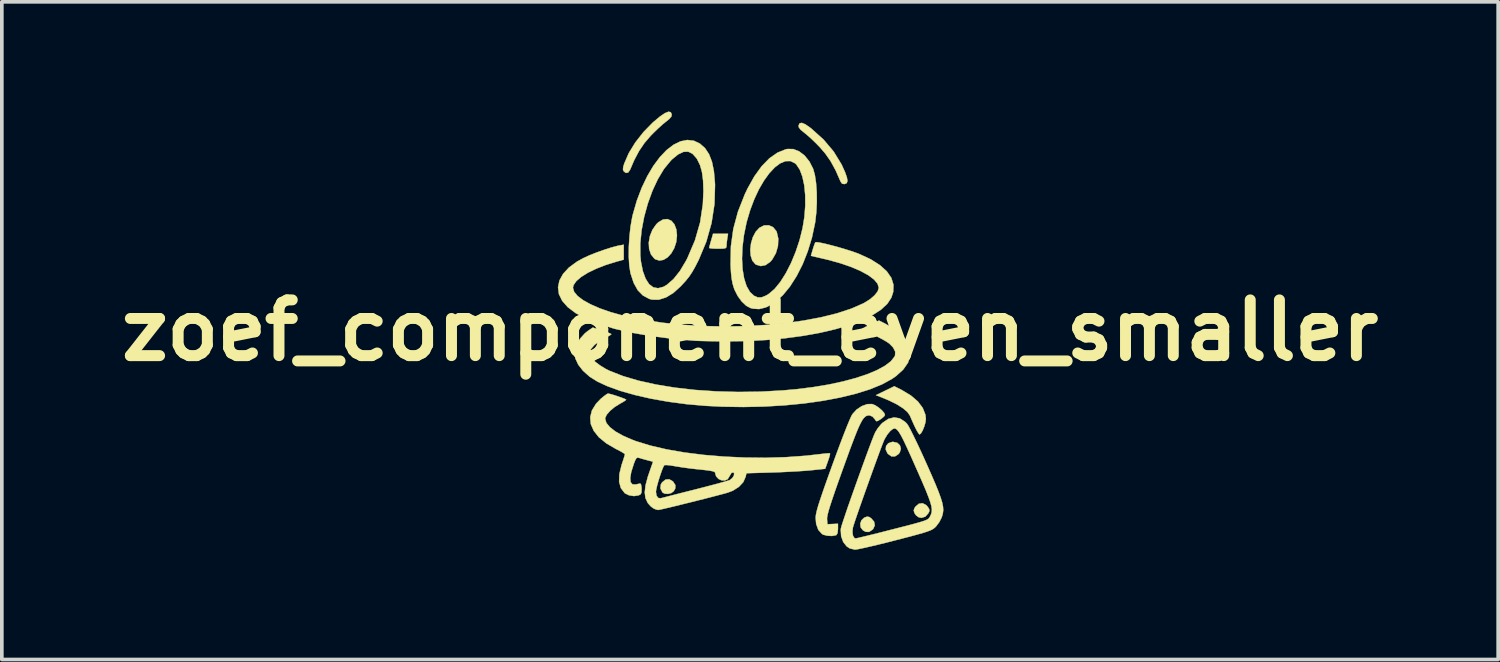
<source format=kicad_pcb>
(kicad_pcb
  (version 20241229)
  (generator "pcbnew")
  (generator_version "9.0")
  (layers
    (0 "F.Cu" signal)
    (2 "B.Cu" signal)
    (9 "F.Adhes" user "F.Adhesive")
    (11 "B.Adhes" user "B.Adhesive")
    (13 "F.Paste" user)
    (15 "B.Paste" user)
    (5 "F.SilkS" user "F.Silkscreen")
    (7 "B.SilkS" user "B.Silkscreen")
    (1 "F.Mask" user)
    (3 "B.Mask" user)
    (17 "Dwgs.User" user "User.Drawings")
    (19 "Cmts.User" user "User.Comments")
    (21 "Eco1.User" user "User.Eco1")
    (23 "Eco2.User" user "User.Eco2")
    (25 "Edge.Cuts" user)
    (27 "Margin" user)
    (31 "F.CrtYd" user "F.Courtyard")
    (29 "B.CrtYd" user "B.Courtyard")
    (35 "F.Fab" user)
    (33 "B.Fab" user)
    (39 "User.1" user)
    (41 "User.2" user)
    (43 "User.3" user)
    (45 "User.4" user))
  (footprint "zoef_component_even_smaller"
    (layer "F.Cu")
    (at 17.461 5.986)
    (property "Reference" "zoef_component_even_smaller" (at 0 0 0) (layer "F.SilkS") (effects (font (size 1.524 1.524) (thickness 0.3))))
    (attr through_hole)
    (fp_poly (pts (xy -2.113 4.126) (xy -2.101 4.138) (xy -2.041 4.231) (xy -2.045 4.323) (xy -2.085 4.395) (xy -2.154 4.448) (xy -2.25 4.471) (xy -2.342 4.462) (xy -2.396 4.428) (xy -2.451 4.319) (xy -2.438 4.211) (xy -2.403 4.154) (xy -2.311 4.08) (xy -2.21 4.071) (xy -2.113 4.126)) (stroke (width 0.01) (type solid)) (fill yes) (layer "F.SilkS"))
    (fp_poly (pts (xy 4.027 3.074) (xy 4.1 3.143) (xy 4.125 3.236) (xy 4.095 3.337) (xy 4.063 3.38) (xy 3.966 3.444) (xy 3.865 3.443) (xy 3.772 3.377) (xy 3.761 3.364) (xy 3.711 3.258) (xy 3.721 3.16) (xy 3.782 3.085) (xy 3.888 3.049) (xy 3.914 3.048) (xy 4.027 3.074)) (stroke (width 0.01) (type solid)) (fill yes) (layer "F.SilkS"))
    (fp_poly (pts (xy 3.262 5.104) (xy 3.314 5.139) (xy 3.393 5.23) (xy 3.412 5.331) (xy 3.369 5.427) (xy 3.348 5.449) (xy 3.256 5.51) (xy 3.165 5.508) (xy 3.088 5.466) (xy 3.027 5.388) (xy 3.014 5.288) (xy 3.047 5.192) (xy 3.123 5.121) (xy 3.128 5.119) (xy 3.203 5.092) (xy 3.262 5.104)) (stroke (width 0.01) (type solid)) (fill yes) (layer "F.SilkS"))
    (fp_poly (pts (xy 4.816 4.776) (xy 4.856 4.819) (xy 4.901 4.889) (xy 4.905 4.942) (xy 4.876 5.002) (xy 4.793 5.093) (xy 4.689 5.125) (xy 4.614 5.11) (xy 4.542 5.059) (xy 4.498 4.995) (xy 4.477 4.924) (xy 4.497 4.861) (xy 4.527 4.817) (xy 4.618 4.74) (xy 4.719 4.726) (xy 4.816 4.776)) (stroke (width 0.01) (type solid)) (fill yes) (layer "F.SilkS"))
    (fp_poly (pts (xy -0.622 -2.515) (xy -0.636 -2.408) (xy -0.643 -2.319) (xy -0.643 -2.311) (xy -0.648 -2.272) (xy -0.672 -2.249) (xy -0.73 -2.238) (xy -0.836 -2.235) (xy -0.881 -2.235) (xy -0.997 -2.238) (xy -1.082 -2.245) (xy -1.117 -2.255) (xy -1.118 -2.255) (xy -1.109 -2.297) (xy -1.086 -2.382) (xy -1.064 -2.459) (xy -1.011 -2.642) (xy -0.601 -2.642) (xy -0.622 -2.515)) (stroke (width 0.01) (type solid)) (fill yes) (layer "F.SilkS"))
    (fp_poly (pts (xy -2.153 -3) (xy -2.069 -2.904) (xy -2.015 -2.762) (xy -1.998 -2.598) (xy -2.018 -2.415) (xy -2.073 -2.249) (xy -2.154 -2.107) (xy -2.254 -1.998) (xy -2.366 -1.93) (xy -2.481 -1.91) (xy -2.592 -1.947) (xy -2.614 -1.962) (xy -2.708 -2.077) (xy -2.759 -2.227) (xy -2.769 -2.4) (xy -2.738 -2.58) (xy -2.669 -2.752) (xy -2.564 -2.902) (xy -2.505 -2.959) (xy -2.378 -3.033) (xy -2.259 -3.045) (xy -2.153 -3)) (stroke (width 0.01) (type solid)) (fill yes) (layer "F.SilkS"))
    (fp_poly (pts (xy 0.631 -2.823) (xy 0.719 -2.717) (xy 0.731 -2.691) (xy 0.773 -2.509) (xy 0.764 -2.309) (xy 0.707 -2.112) (xy 0.607 -1.938) (xy 0.553 -1.876) (xy 0.427 -1.787) (xy 0.296 -1.76) (xy 0.17 -1.797) (xy 0.146 -1.812) (xy 0.064 -1.907) (xy 0.019 -2.044) (xy 0.007 -2.207) (xy 0.027 -2.38) (xy 0.077 -2.549) (xy 0.156 -2.698) (xy 0.258 -2.808) (xy 0.385 -2.872) (xy 0.515 -2.875) (xy 0.631 -2.823)) (stroke (width 0.01) (type solid)) (fill yes) (layer "F.SilkS"))
    (fp_poly (pts (xy -2.167 -5.967) (xy -2.14 -5.905) (xy -2.152 -5.847) (xy -2.211 -5.78) (xy -2.295 -5.712) (xy -2.391 -5.634) (xy -2.513 -5.524) (xy -2.642 -5.399) (xy -2.717 -5.323) (xy -2.887 -5.125) (xy -3.033 -4.91) (xy -3.166 -4.659) (xy -3.28 -4.394) (xy -3.332 -4.319) (xy -3.395 -4.307) (xy -3.453 -4.351) (xy -3.474 -4.397) (xy -3.468 -4.466) (xy -3.44 -4.562) (xy -3.316 -4.848) (xy -3.137 -5.14) (xy -2.914 -5.424) (xy -2.658 -5.686) (xy -2.464 -5.849) (xy -2.327 -5.942) (xy -2.229 -5.981) (xy -2.167 -5.967)) (stroke (width 0.01) (type solid)) (fill yes) (layer "F.SilkS"))
    (fp_poly (pts (xy 4.154 1.632) (xy 4.399 1.78) (xy 4.591 1.944) (xy 4.724 2.122) (xy 4.797 2.307) (xy 4.809 2.421) (xy 4.797 2.515) (xy 4.766 2.624) (xy 4.724 2.728) (xy 4.679 2.809) (xy 4.64 2.844) (xy 4.636 2.845) (xy 4.608 2.816) (xy 4.562 2.742) (xy 4.509 2.637) (xy 4.507 2.633) (xy 4.451 2.51) (xy 4.402 2.399) (xy 4.373 2.33) (xy 4.307 2.234) (xy 4.186 2.13) (xy 4.018 2.023) (xy 3.815 1.922) (xy 3.729 1.885) (xy 3.444 1.771) (xy 3.695 1.649) (xy 3.945 1.527) (xy 4.154 1.632)) (stroke (width 0.01) (type solid)) (fill yes) (layer "F.SilkS"))
    (fp_poly (pts (xy 1.513 -5.636) (xy 1.647 -5.543) (xy 1.672 -5.524) (xy 2.012 -5.218) (xy 2.288 -4.891) (xy 2.503 -4.539) (xy 2.596 -4.334) (xy 2.649 -4.186) (xy 2.665 -4.087) (xy 2.645 -4.029) (xy 2.587 -4.003) (xy 2.582 -4.002) (xy 2.517 -4.013) (xy 2.472 -4.078) (xy 2.469 -4.087) (xy 2.34 -4.38) (xy 2.207 -4.624) (xy 2.059 -4.836) (xy 1.91 -5.009) (xy 1.785 -5.137) (xy 1.656 -5.26) (xy 1.541 -5.361) (xy 1.486 -5.405) (xy 1.384 -5.488) (xy 1.335 -5.553) (xy 1.327 -5.6) (xy 1.356 -5.664) (xy 1.417 -5.676) (xy 1.513 -5.636)) (stroke (width 0.01) (type solid)) (fill yes) (layer "F.SilkS"))
    (fp_poly (pts (xy 3.423 2.047) (xy 3.519 2.11) (xy 3.608 2.187) (xy 3.671 2.261) (xy 3.69 2.313) (xy 3.663 2.355) (xy 3.597 2.411) (xy 3.572 2.428) (xy 3.497 2.474) (xy 3.457 2.483) (xy 3.432 2.458) (xy 3.42 2.437) (xy 3.348 2.355) (xy 3.259 2.32) (xy 3.186 2.336) (xy 3.146 2.362) (xy 3.106 2.402) (xy 3.065 2.462) (xy 3.019 2.546) (xy 2.965 2.661) (xy 2.902 2.813) (xy 2.826 3.008) (xy 2.735 3.25) (xy 2.627 3.547) (xy 2.537 3.796) (xy 2.418 4.128) (xy 2.322 4.402) (xy 2.246 4.625) (xy 2.188 4.802) (xy 2.147 4.938) (xy 2.121 5.04) (xy 2.108 5.113) (xy 2.106 5.161) (xy 2.117 5.3) (xy 2.261 5.294) (xy 2.405 5.287) (xy 2.405 5.434) (xy 2.394 5.543) (xy 2.361 5.596) (xy 2.351 5.601) (xy 2.243 5.621) (xy 2.116 5.615) (xy 2.006 5.587) (xy 1.972 5.569) (xy 1.868 5.456) (xy 1.809 5.293) (xy 1.795 5.133) (xy 1.798 5.075) (xy 1.81 5.003) (xy 1.832 4.91) (xy 1.866 4.79) (xy 1.915 4.638) (xy 1.98 4.445) (xy 2.063 4.206) (xy 2.167 3.915) (xy 2.249 3.688) (xy 2.361 3.382) (xy 2.466 3.1) (xy 2.562 2.848) (xy 2.646 2.635) (xy 2.716 2.466) (xy 2.769 2.347) (xy 2.8 2.29) (xy 2.915 2.164) (xy 3.057 2.07) (xy 3.206 2.016) (xy 3.337 2.013) (xy 3.423 2.047)) (stroke (width 0.01) (type solid)) (fill yes) (layer "F.SilkS"))
    (fp_poly (pts (xy -1.535 -5.187) (xy -1.37 -5.108) (xy -1.23 -4.984) (xy -1.121 -4.82) (xy -1.041 -4.613) (xy -0.988 -4.354) (xy -0.96 -4.038) (xy -0.957 -3.979) (xy -0.972 -3.458) (xy -1.052 -2.938) (xy -1.195 -2.428) (xy -1.4 -1.937) (xy -1.41 -1.917) (xy -1.504 -1.733) (xy -1.585 -1.592) (xy -1.664 -1.473) (xy -1.756 -1.359) (xy -1.875 -1.229) (xy -1.895 -1.207) (xy -2.096 -1.025) (xy -2.297 -0.903) (xy -2.492 -0.841) (xy -2.678 -0.842) (xy -2.755 -0.862) (xy -2.929 -0.955) (xy -3.07 -1.099) (xy -3.181 -1.298) (xy -3.266 -1.556) (xy -3.272 -1.583) (xy -3.302 -1.775) (xy -3.316 -2.015) (xy -3.314 -2.284) (xy -3.308 -2.381) (xy -3.001 -2.381) (xy -3 -2.045) (xy -2.984 -1.886) (xy -2.931 -1.621) (xy -2.855 -1.414) (xy -2.76 -1.266) (xy -2.645 -1.178) (xy -2.513 -1.154) (xy -2.366 -1.193) (xy -2.277 -1.245) (xy -2.094 -1.403) (xy -1.917 -1.625) (xy -1.75 -1.905) (xy -1.711 -1.981) (xy -1.505 -2.465) (xy -1.365 -2.953) (xy -1.29 -3.45) (xy -1.274 -3.81) (xy -1.283 -4.095) (xy -1.313 -4.327) (xy -1.366 -4.518) (xy -1.445 -4.679) (xy -1.465 -4.71) (xy -1.573 -4.831) (xy -1.691 -4.889) (xy -1.821 -4.883) (xy -1.967 -4.813) (xy -2.131 -4.679) (xy -2.17 -4.639) (xy -2.353 -4.416) (xy -2.52 -4.138) (xy -2.669 -3.819) (xy -2.795 -3.471) (xy -2.895 -3.107) (xy -2.965 -2.739) (xy -3.001 -2.381) (xy -3.308 -2.381) (xy -3.297 -2.566) (xy -3.267 -2.841) (xy -3.223 -3.092) (xy -3.204 -3.173) (xy -3.094 -3.553) (xy -2.961 -3.903) (xy -2.81 -4.219) (xy -2.644 -4.499) (xy -2.467 -4.737) (xy -2.283 -4.931) (xy -2.093 -5.077) (xy -1.903 -5.17) (xy -1.716 -5.208) (xy -1.535 -5.187)) (stroke (width 0.01) (type solid)) (fill yes) (layer "F.SilkS"))
    (fp_poly (pts (xy 1.184 -4.959) (xy 1.344 -4.896) (xy 1.494 -4.781) (xy 1.624 -4.619) (xy 1.726 -4.42) (xy 1.728 -4.414) (xy 1.774 -4.247) (xy 1.806 -4.029) (xy 1.824 -3.778) (xy 1.827 -3.509) (xy 1.814 -3.238) (xy 1.785 -2.982) (xy 1.779 -2.941) (xy 1.695 -2.544) (xy 1.58 -2.165) (xy 1.44 -1.811) (xy 1.276 -1.488) (xy 1.095 -1.204) (xy 0.899 -0.965) (xy 0.693 -0.778) (xy 0.48 -0.65) (xy 0.417 -0.625) (xy 0.247 -0.584) (xy 0.084 -0.595) (xy 0.013 -0.612) (xy -0.106 -0.676) (xy -0.227 -0.791) (xy -0.337 -0.942) (xy -0.424 -1.114) (xy -0.438 -1.153) (xy -0.476 -1.278) (xy -0.502 -1.416) (xy -0.52 -1.584) (xy -0.532 -1.801) (xy -0.532 -1.812) (xy -0.529 -1.961) (xy -0.219 -1.961) (xy -0.204 -1.676) (xy -0.162 -1.424) (xy -0.095 -1.213) (xy -0.002 -1.051) (xy 0.108 -0.948) (xy 0.211 -0.903) (xy 0.314 -0.903) (xy 0.433 -0.951) (xy 0.516 -1.001) (xy 0.672 -1.134) (xy 0.828 -1.325) (xy 0.979 -1.564) (xy 1.121 -1.841) (xy 1.248 -2.148) (xy 1.356 -2.473) (xy 1.438 -2.801) (xy 1.488 -3.11) (xy 1.511 -3.414) (xy 1.509 -3.704) (xy 1.483 -3.971) (xy 1.432 -4.205) (xy 1.36 -4.397) (xy 1.267 -4.537) (xy 1.227 -4.573) (xy 1.104 -4.632) (xy 0.969 -4.629) (xy 0.826 -4.57) (xy 0.679 -4.46) (xy 0.53 -4.302) (xy 0.385 -4.102) (xy 0.246 -3.865) (xy 0.119 -3.595) (xy 0.006 -3.297) (xy -0.089 -2.976) (xy -0.098 -2.94) (xy -0.167 -2.601) (xy -0.207 -2.272) (xy -0.219 -1.961) (xy -0.529 -1.961) (xy -0.523 -2.3) (xy -0.457 -2.775) (xy -0.33 -3.247) (xy -0.142 -3.724) (xy -0.066 -3.883) (xy 0.119 -4.214) (xy 0.318 -4.489) (xy 0.529 -4.706) (xy 0.748 -4.86) (xy 0.973 -4.951) (xy 1.023 -4.962) (xy 1.184 -4.959)) (stroke (width 0.01) (type solid)) (fill yes) (layer "F.SilkS"))
    (fp_poly (pts (xy 3.719 -0.172) (xy 3.981 -0.016) (xy 4.178 0.152) (xy 4.311 0.33) (xy 4.379 0.514) (xy 4.382 0.701) (xy 4.318 0.887) (xy 4.189 1.071) (xy 3.994 1.248) (xy 3.883 1.325) (xy 3.61 1.475) (xy 3.277 1.611) (xy 2.89 1.732) (xy 2.457 1.837) (xy 1.983 1.926) (xy 1.476 1.997) (xy 0.942 2.049) (xy 0.386 2.082) (xy -0.183 2.094) (xy -0.76 2.085) (xy -1.219 2.062) (xy -1.731 2.017) (xy -2.229 1.951) (xy -2.705 1.867) (xy -3.149 1.766) (xy -3.553 1.651) (xy -3.906 1.523) (xy -4.168 1.402) (xy -4.386 1.265) (xy -4.564 1.107) (xy -4.697 0.937) (xy -4.778 0.763) (xy -4.803 0.593) (xy -4.796 0.534) (xy -4.742 0.38) (xy -4.643 0.221) (xy -4.517 0.081) (xy -4.442 0.02) (xy -4.3 -0.078) (xy -4.046 0.002) (xy -3.927 0.043) (xy -3.838 0.077) (xy -3.795 0.1) (xy -3.793 0.103) (xy -3.821 0.128) (xy -3.89 0.168) (xy -3.92 0.182) (xy -4.109 0.286) (xy -4.254 0.397) (xy -4.351 0.509) (xy -4.392 0.615) (xy -4.386 0.676) (xy -4.334 0.759) (xy -4.234 0.857) (xy -4.099 0.959) (xy -3.943 1.054) (xy -3.847 1.102) (xy -3.476 1.248) (xy -3.049 1.374) (xy -2.571 1.48) (xy -2.052 1.565) (xy -1.499 1.628) (xy -0.92 1.667) (xy -0.323 1.683) (xy 0.285 1.675) (xy 0.895 1.641) (xy 1.285 1.606) (xy 1.731 1.55) (xy 2.151 1.48) (xy 2.541 1.396) (xy 2.895 1.301) (xy 3.208 1.197) (xy 3.475 1.085) (xy 3.692 0.966) (xy 3.852 0.844) (xy 3.951 0.718) (xy 3.967 0.683) (xy 3.971 0.581) (xy 3.915 0.468) (xy 3.814 0.363) (xy 3.733 0.307) (xy 3.611 0.237) (xy 3.467 0.163) (xy 3.324 0.095) (xy 3.201 0.045) (xy 3.175 0.036) (xy 3.095 0.005) (xy 3.052 -0.022) (xy 3.049 -0.028) (xy 3.079 -0.052) (xy 3.155 -0.095) (xy 3.263 -0.148) (xy 3.289 -0.16) (xy 3.527 -0.27) (xy 3.719 -0.172)) (stroke (width 0.01) (type solid)) (fill yes) (layer "F.SilkS"))
    (fp_poly (pts (xy 1.926 -2.398) (xy 2.061 -2.369) (xy 2.223 -2.328) (xy 2.401 -2.28) (xy 2.582 -2.227) (xy 2.755 -2.173) (xy 2.906 -2.121) (xy 2.985 -2.091) (xy 3.3 -1.945) (xy 3.551 -1.786) (xy 3.74 -1.616) (xy 3.864 -1.437) (xy 3.923 -1.249) (xy 3.916 -1.053) (xy 3.865 -0.896) (xy 3.753 -0.726) (xy 3.578 -0.565) (xy 3.344 -0.414) (xy 3.057 -0.274) (xy 2.72 -0.147) (xy 2.337 -0.034) (xy 1.913 0.065) (xy 1.453 0.148) (xy 0.961 0.214) (xy 0.441 0.262) (xy -0.103 0.291) (xy -0.665 0.299) (xy -0.745 0.299) (xy -0.951 0.296) (xy -1.145 0.293) (xy -1.311 0.289) (xy -1.435 0.285) (xy -1.49 0.283) (xy -2.122 0.228) (xy -2.703 0.155) (xy -3.23 0.064) (xy -3.703 -0.045) (xy -4.118 -0.171) (xy -4.473 -0.314) (xy -4.766 -0.472) (xy -4.985 -0.637) (xy -5.138 -0.811) (xy -5.226 -0.993) (xy -5.25 -1.179) (xy -5.212 -1.365) (xy -5.112 -1.547) (xy -4.952 -1.72) (xy -4.734 -1.88) (xy -4.555 -1.979) (xy -4.393 -2.053) (xy -4.198 -2.13) (xy -3.993 -2.203) (xy -3.798 -2.266) (xy -3.635 -2.31) (xy -3.581 -2.321) (xy -3.454 -2.344) (xy -3.454 -1.935) (xy -3.649 -1.882) (xy -3.944 -1.79) (xy -4.208 -1.687) (xy -4.435 -1.577) (xy -4.617 -1.463) (xy -4.75 -1.349) (xy -4.826 -1.239) (xy -4.843 -1.165) (xy -4.81 -1.055) (xy -4.715 -0.941) (xy -4.563 -0.826) (xy -4.358 -0.713) (xy -4.107 -0.603) (xy -3.814 -0.501) (xy -3.485 -0.409) (xy -3.404 -0.389) (xy -2.908 -0.288) (xy -2.383 -0.209) (xy -1.837 -0.153) (xy -1.276 -0.12) (xy -0.709 -0.108) (xy -0.143 -0.117) (xy 0.412 -0.148) (xy 0.951 -0.198) (xy 1.463 -0.269) (xy 1.943 -0.359) (xy 2.381 -0.468) (xy 2.771 -0.596) (xy 3.103 -0.742) (xy 3.125 -0.754) (xy 3.282 -0.852) (xy 3.407 -0.96) (xy 3.491 -1.067) (xy 3.522 -1.163) (xy 3.522 -1.165) (xy 3.489 -1.276) (xy 3.394 -1.39) (xy 3.241 -1.506) (xy 3.036 -1.619) (xy 2.783 -1.729) (xy 2.488 -1.832) (xy 2.156 -1.925) (xy 2.06 -1.948) (xy 1.666 -2.04) (xy 1.716 -2.214) (xy 1.749 -2.316) (xy 1.777 -2.389) (xy 1.79 -2.41) (xy 1.832 -2.413) (xy 1.926 -2.398)) (stroke (width 0.01) (type solid)) (fill yes) (layer "F.SilkS"))
    (fp_poly (pts (xy 4.093 2.405) (xy 4.238 2.498) (xy 4.294 2.554) (xy 4.331 2.611) (xy 4.391 2.722) (xy 4.469 2.878) (xy 4.562 3.07) (xy 4.666 3.291) (xy 4.775 3.531) (xy 4.825 3.642) (xy 4.961 3.949) (xy 5.07 4.202) (xy 5.154 4.409) (xy 5.215 4.576) (xy 5.256 4.711) (xy 5.278 4.822) (xy 5.284 4.915) (xy 5.274 4.998) (xy 5.253 5.079) (xy 5.236 5.125) (xy 5.174 5.245) (xy 5.089 5.358) (xy 5.07 5.378) (xy 5.033 5.41) (xy 4.989 5.44) (xy 4.93 5.469) (xy 4.847 5.5) (xy 4.734 5.536) (xy 4.583 5.579) (xy 4.386 5.633) (xy 4.134 5.698) (xy 3.972 5.74) (xy 3.719 5.805) (xy 3.481 5.863) (xy 3.269 5.913) (xy 3.092 5.953) (xy 2.959 5.981) (xy 2.879 5.994) (xy 2.867 5.994) (xy 2.727 5.961) (xy 2.645 5.907) (xy 2.549 5.786) (xy 2.492 5.628) (xy 2.485 5.513) (xy 2.8 5.513) (xy 2.815 5.612) (xy 2.852 5.676) (xy 2.886 5.689) (xy 2.93 5.681) (xy 3.029 5.658) (xy 3.176 5.623) (xy 3.362 5.577) (xy 3.576 5.524) (xy 3.793 5.468) (xy 4.087 5.393) (xy 4.322 5.333) (xy 4.505 5.284) (xy 4.644 5.245) (xy 4.744 5.214) (xy 4.815 5.187) (xy 4.861 5.163) (xy 4.89 5.139) (xy 4.91 5.113) (xy 4.926 5.082) (xy 4.928 5.079) (xy 4.954 5.021) (xy 4.97 4.961) (xy 4.973 4.893) (xy 4.961 4.809) (xy 4.932 4.702) (xy 4.884 4.566) (xy 4.816 4.392) (xy 4.724 4.176) (xy 4.607 3.908) (xy 4.533 3.742) (xy 4.401 3.443) (xy 4.291 3.202) (xy 4.202 3.013) (xy 4.129 2.872) (xy 4.069 2.773) (xy 4.019 2.712) (xy 3.974 2.684) (xy 3.932 2.684) (xy 3.889 2.706) (xy 3.841 2.747) (xy 3.829 2.758) (xy 3.754 2.849) (xy 3.684 2.966) (xy 3.663 3.01) (xy 3.628 3.097) (xy 3.575 3.235) (xy 3.509 3.414) (xy 3.432 3.624) (xy 3.348 3.856) (xy 3.26 4.101) (xy 3.171 4.35) (xy 3.085 4.592) (xy 3.005 4.82) (xy 2.935 5.022) (xy 2.877 5.191) (xy 2.836 5.316) (xy 2.814 5.389) (xy 2.812 5.396) (xy 2.8 5.513) (xy 2.485 5.513) (xy 2.481 5.454) (xy 2.486 5.412) (xy 2.502 5.351) (xy 2.539 5.236) (xy 2.593 5.075) (xy 2.66 4.876) (xy 2.739 4.65) (xy 2.826 4.404) (xy 2.917 4.148) (xy 3.01 3.889) (xy 3.101 3.638) (xy 3.187 3.402) (xy 3.265 3.191) (xy 3.332 3.014) (xy 3.385 2.879) (xy 3.421 2.795) (xy 3.424 2.788) (xy 3.493 2.677) (xy 3.586 2.564) (xy 3.624 2.527) (xy 3.781 2.42) (xy 3.939 2.379) (xy 4.093 2.405)) (stroke (width 0.01) (type solid)) (fill yes) (layer "F.SilkS"))
    (fp_poly (pts (xy -3.831 1.737) (xy -3.741 1.762) (xy -3.633 1.797) (xy -3.526 1.834) (xy -3.439 1.867) (xy -3.391 1.89) (xy -3.387 1.895) (xy -3.414 1.92) (xy -3.484 1.964) (xy -3.546 1.998) (xy -3.7 2.093) (xy -3.827 2.199) (xy -3.918 2.303) (xy -3.961 2.396) (xy -3.962 2.415) (xy -3.929 2.529) (xy -3.833 2.646) (xy -3.678 2.766) (xy -3.468 2.883) (xy -3.207 2.996) (xy -3.116 3.03) (xy -2.724 3.15) (xy -2.277 3.254) (xy -1.785 3.339) (xy -1.258 3.405) (xy -0.707 3.451) (xy -0.142 3.477) (xy 0.426 3.483) (xy 0.987 3.466) (xy 1.531 3.427) (xy 1.909 3.384) (xy 2.035 3.369) (xy 2.132 3.361) (xy 2.185 3.361) (xy 2.188 3.362) (xy 2.185 3.399) (xy 2.163 3.48) (xy 2.129 3.58) (xy 2.056 3.784) (xy 1.663 3.825) (xy 1.499 3.839) (xy 1.288 3.853) (xy 1.047 3.866) (xy 0.797 3.878) (xy 0.586 3.885) (xy -0.098 3.905) (xy -0.121 4.005) (xy -0.185 4.15) (xy -0.306 4.279) (xy -0.47 4.383) (xy -0.605 4.434) (xy -0.709 4.464) (xy -0.858 4.503) (xy -1.04 4.551) (xy -1.246 4.604) (xy -1.466 4.659) (xy -1.688 4.715) (xy -1.904 4.768) (xy -2.102 4.817) (xy -2.272 4.857) (xy -2.405 4.888) (xy -2.489 4.906) (xy -2.514 4.91) (xy -2.575 4.895) (xy -2.641 4.867) (xy -2.715 4.811) (xy -2.79 4.727) (xy -2.801 4.71) (xy -2.86 4.583) (xy -2.879 4.429) (xy -2.877 4.413) (xy -2.574 4.413) (xy -2.556 4.521) (xy -2.508 4.583) (xy -2.44 4.59) (xy -2.394 4.578) (xy -2.292 4.552) (xy -2.142 4.513) (xy -1.955 4.465) (xy -1.738 4.41) (xy -1.507 4.352) (xy -1.27 4.291) (xy -1.051 4.234) (xy -0.86 4.183) (xy -0.708 4.14) (xy -0.602 4.109) (xy -0.554 4.093) (xy -0.486 4.04) (xy -0.443 3.974) (xy -0.433 3.913) (xy -0.459 3.882) (xy -0.508 3.897) (xy -0.557 3.98) (xy -0.557 3.98) (xy -0.61 4.067) (xy -0.684 4.102) (xy -0.779 4.099) (xy -0.86 4.062) (xy -0.925 3.993) (xy -0.948 3.924) (xy -0.952 3.894) (xy -0.97 3.871) (xy -1.012 3.853) (xy -1.089 3.838) (xy -1.209 3.821) (xy -1.383 3.802) (xy -1.462 3.794) (xy -1.646 3.773) (xy -1.837 3.747) (xy -2.005 3.721) (xy -2.072 3.709) (xy -2.195 3.689) (xy -2.291 3.681) (xy -2.342 3.684) (xy -2.345 3.686) (xy -2.373 3.737) (xy -2.413 3.836) (xy -2.458 3.965) (xy -2.502 4.105) (xy -2.54 4.239) (xy -2.565 4.349) (xy -2.574 4.413) (xy -2.877 4.413) (xy -2.858 4.239) (xy -2.796 4.006) (xy -2.765 3.915) (xy -2.652 3.59) (xy -2.791 3.554) (xy -2.903 3.524) (xy -3.004 3.494) (xy -3.019 3.49) (xy -3.069 3.478) (xy -3.104 3.49) (xy -3.135 3.54) (xy -3.174 3.638) (xy -3.182 3.662) (xy -3.249 3.873) (xy -3.276 4.036) (xy -3.266 4.148) (xy -3.216 4.208) (xy -3.129 4.214) (xy -3.123 4.212) (xy -3.044 4.195) (xy -3 4.187) (xy -2.981 4.214) (xy -2.967 4.289) (xy -2.965 4.33) (xy -2.967 4.425) (xy -2.988 4.477) (xy -3.04 4.508) (xy -3.046 4.51) (xy -3.172 4.53) (xy -3.308 4.509) (xy -3.421 4.454) (xy -3.429 4.446) (xy -3.532 4.312) (xy -3.58 4.139) (xy -3.573 3.928) (xy -3.512 3.677) (xy -3.505 3.658) (xy -3.465 3.537) (xy -3.435 3.442) (xy -3.421 3.39) (xy -3.421 3.386) (xy -3.449 3.361) (xy -3.524 3.316) (xy -3.631 3.259) (xy -3.668 3.241) (xy -3.93 3.088) (xy -4.133 2.922) (xy -4.274 2.745) (xy -4.354 2.561) (xy -4.37 2.374) (xy -4.323 2.187) (xy -4.21 2.004) (xy -4.078 1.867) (xy -3.989 1.794) (xy -3.918 1.743) (xy -3.884 1.727) (xy -3.831 1.737)) (stroke (width 0.01) (type solid)) (fill yes) (layer "F.SilkS")))
  (gr_rect
    (start -3 -3)
    (end 37.921 14.986)
    (stroke (width 0.1) (type default))
    (fill no)
    (layer "Edge.Cuts")))
</source>
